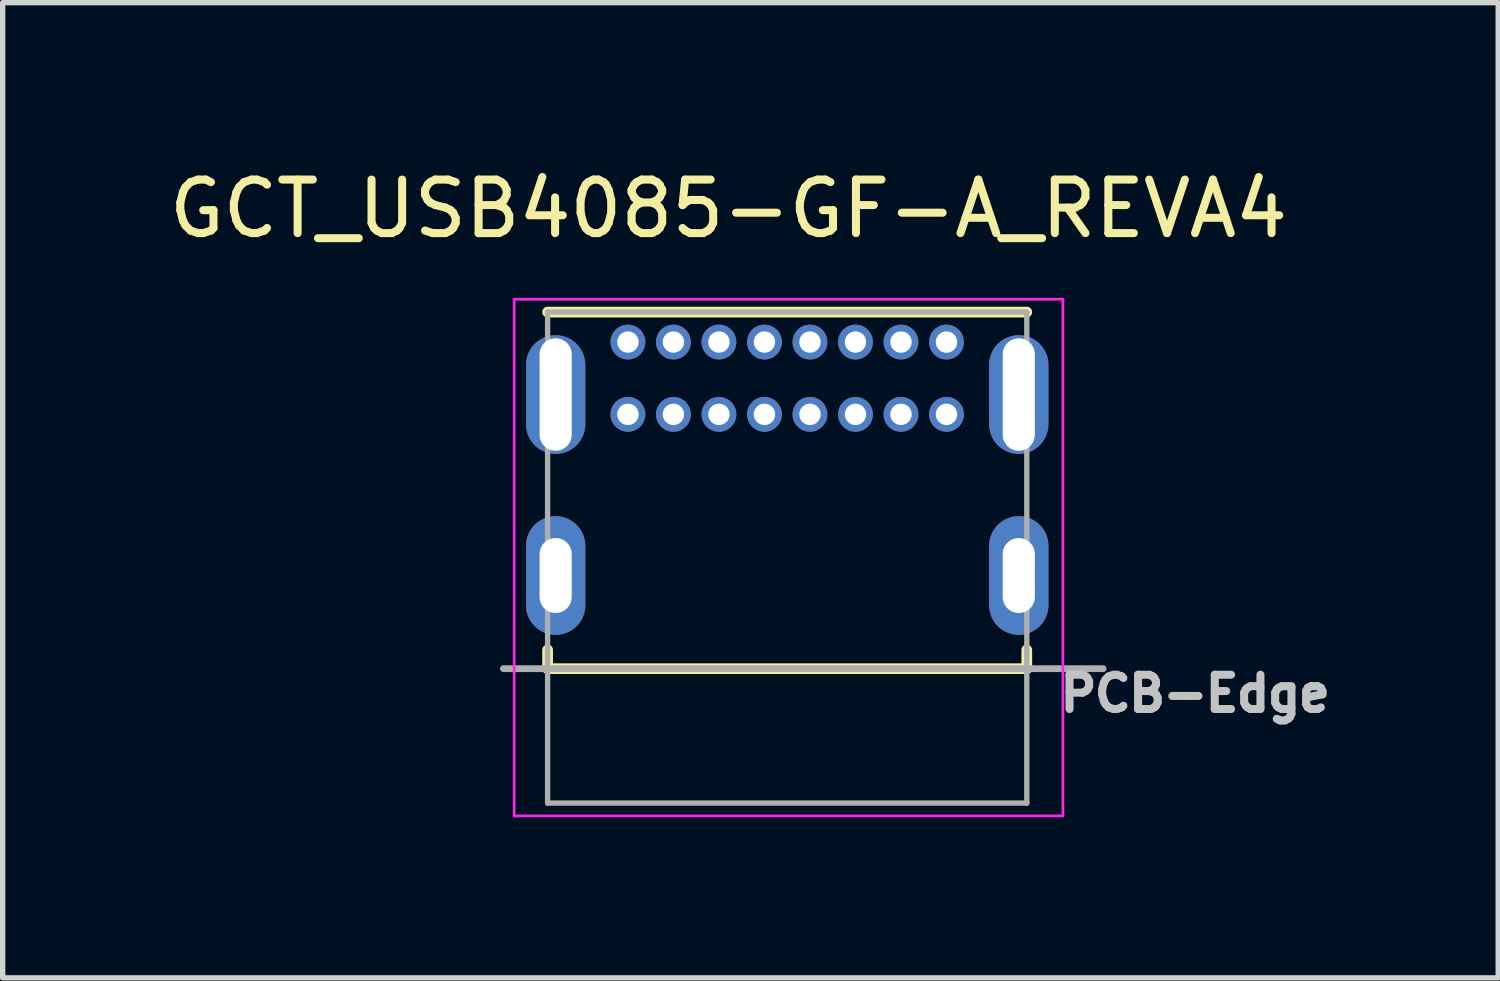
<source format=kicad_pcb>
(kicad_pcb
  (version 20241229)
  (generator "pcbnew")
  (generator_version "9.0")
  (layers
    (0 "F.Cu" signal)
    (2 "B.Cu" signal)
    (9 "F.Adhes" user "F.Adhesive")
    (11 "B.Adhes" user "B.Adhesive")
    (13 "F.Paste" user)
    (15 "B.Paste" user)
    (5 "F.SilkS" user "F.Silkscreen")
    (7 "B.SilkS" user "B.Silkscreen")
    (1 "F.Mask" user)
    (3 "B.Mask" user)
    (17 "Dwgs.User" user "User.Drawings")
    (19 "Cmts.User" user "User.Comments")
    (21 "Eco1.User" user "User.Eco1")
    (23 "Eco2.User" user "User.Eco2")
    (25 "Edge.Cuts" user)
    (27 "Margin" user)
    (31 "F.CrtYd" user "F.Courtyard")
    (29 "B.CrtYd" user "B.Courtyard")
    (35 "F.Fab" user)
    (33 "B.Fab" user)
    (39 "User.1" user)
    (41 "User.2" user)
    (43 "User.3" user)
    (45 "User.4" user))
  (footprint "GCT_USB4085-GF-A_REVA4"
    (layer "F.Cu")
    (at 11.653 7.364)
    (property "Reference" "GCT_USB4085-GF-A_REVA4" (at -1.097 -6.515 0) (layer "F.SilkS") (effects (font (size 1 1) (thickness 0.15))))
    (attr through_hole)
    (fp_line (start -4.475 -4.585) (end 4.475 -4.585) (stroke (width 0.2) (type solid)) (layer "F.SilkS"))
    (fp_line (start -4.475 1.725) (end -4.475 2.075) (stroke (width 0.2) (type solid)) (layer "F.SilkS"))
    (fp_line (start -4.475 2.075) (end 4.475 2.075) (stroke (width 0.2) (type solid)) (layer "F.SilkS"))
    (fp_line (start 4.475 2.075) (end 4.475 1.725) (stroke (width 0.2) (type solid)) (layer "F.SilkS"))
    (fp_line (start -5.1 -4.825) (end 5.15 -4.825) (stroke (width 0.05) (type solid)) (layer "F.CrtYd"))
    (fp_line (start -5.1 4.825) (end -5.1 -4.825) (stroke (width 0.05) (type solid)) (layer "F.CrtYd"))
    (fp_line (start 5.15 -4.825) (end 5.15 4.825) (stroke (width 0.05) (type solid)) (layer "F.CrtYd"))
    (fp_line (start 5.15 4.825) (end -5.1 4.825) (stroke (width 0.05) (type solid)) (layer "F.CrtYd"))
    (fp_line (start -5.3 2.075) (end 5.9 2.075) (stroke (width 0.127) (type solid)) (layer "F.Fab"))
    (fp_line (start -4.475 -4.585) (end 4.475 -4.585) (stroke (width 0.1) (type solid)) (layer "F.Fab"))
    (fp_line (start -4.475 4.585) (end -4.475 -4.585) (stroke (width 0.1) (type solid)) (layer "F.Fab"))
    (fp_line (start 4.475 -4.585) (end 4.475 4.585) (stroke (width 0.1) (type solid)) (layer "F.Fab"))
    (fp_line (start 4.475 4.585) (end -4.475 4.585) (stroke (width 0.1) (type solid)) (layer "F.Fab"))
    (fp_text user "PCB-Edge" (at 7.62 2.54 0) (layer "Dwgs.User") (effects (font (size 0.64 0.64) (thickness 0.15))))
    (pad "A1" thru_hole circle (at -2.975 -4.025) (size 0.65 0.65) (drill 0.4) (layers "*.Cu" "*.Mask"))
    (pad "A4" thru_hole circle (at -2.125 -4.025) (size 0.65 0.65) (drill 0.4) (layers "*.Cu" "*.Mask"))
    (pad "A5" thru_hole circle (at -1.275 -4.025) (size 0.65 0.65) (drill 0.4) (layers "*.Cu" "*.Mask"))
    (pad "A6" thru_hole circle (at -0.425 -4.025) (size 0.65 0.65) (drill 0.4) (layers "*.Cu" "*.Mask"))
    (pad "A7" thru_hole circle (at 0.425 -4.025) (size 0.65 0.65) (drill 0.4) (layers "*.Cu" "*.Mask"))
    (pad "A8" thru_hole circle (at 1.275 -4.025) (size 0.65 0.65) (drill 0.4) (layers "*.Cu" "*.Mask"))
    (pad "A9" thru_hole circle (at 2.125 -4.025) (size 0.65 0.65) (drill 0.4) (layers "*.Cu" "*.Mask"))
    (pad "A12" thru_hole circle (at 2.975 -4.025) (size 0.65 0.65) (drill 0.4) (layers "*.Cu" "*.Mask"))
    (pad "B1" thru_hole circle (at 2.975 -2.675) (size 0.65 0.65) (drill 0.4) (layers "*.Cu" "*.Mask"))
    (pad "B4" thru_hole circle (at 2.125 -2.675) (size 0.65 0.65) (drill 0.4) (layers "*.Cu" "*.Mask"))
    (pad "B5" thru_hole circle (at 1.275 -2.675) (size 0.65 0.65) (drill 0.4) (layers "*.Cu" "*.Mask"))
    (pad "B6" thru_hole circle (at 0.425 -2.675) (size 0.65 0.65) (drill 0.4) (layers "*.Cu" "*.Mask"))
    (pad "B7" thru_hole circle (at -0.425 -2.675) (size 0.65 0.65) (drill 0.4) (layers "*.Cu" "*.Mask"))
    (pad "B8" thru_hole circle (at -1.275 -2.675) (size 0.65 0.65) (drill 0.4) (layers "*.Cu" "*.Mask"))
    (pad "B9" thru_hole circle (at -2.125 -2.675) (size 0.65 0.65) (drill 0.4) (layers "*.Cu" "*.Mask"))
    (pad "B12" thru_hole circle (at -2.975 -2.675) (size 0.65 0.65) (drill 0.4) (layers "*.Cu" "*.Mask"))
    (pad "P1" thru_hole oval (at -4.325 -3.045) (size 1.108 2.216) (drill oval 0.6 2.1) (layers "*.Cu" "*.Mask"))
    (pad "P2" thru_hole oval (at 4.325 -3.045) (size 1.108 2.216) (drill oval 0.6 2.1) (layers "*.Cu" "*.Mask"))
    (pad "P3" thru_hole oval (at 4.325 0.335) (size 1.108 2.216) (drill oval 0.6 1.4) (layers "*.Cu" "*.Mask"))
    (pad "P4" thru_hole oval (at -4.325 0.335) (size 1.108 2.216) (drill oval 0.6 1.4) (layers "*.Cu" "*.Mask")))
  (gr_rect
    (start -3 -3)
    (end 24.933 15.214)
    (stroke (width 0.1) (type default))
    (fill no)
    (layer "Edge.Cuts")))
</source>
